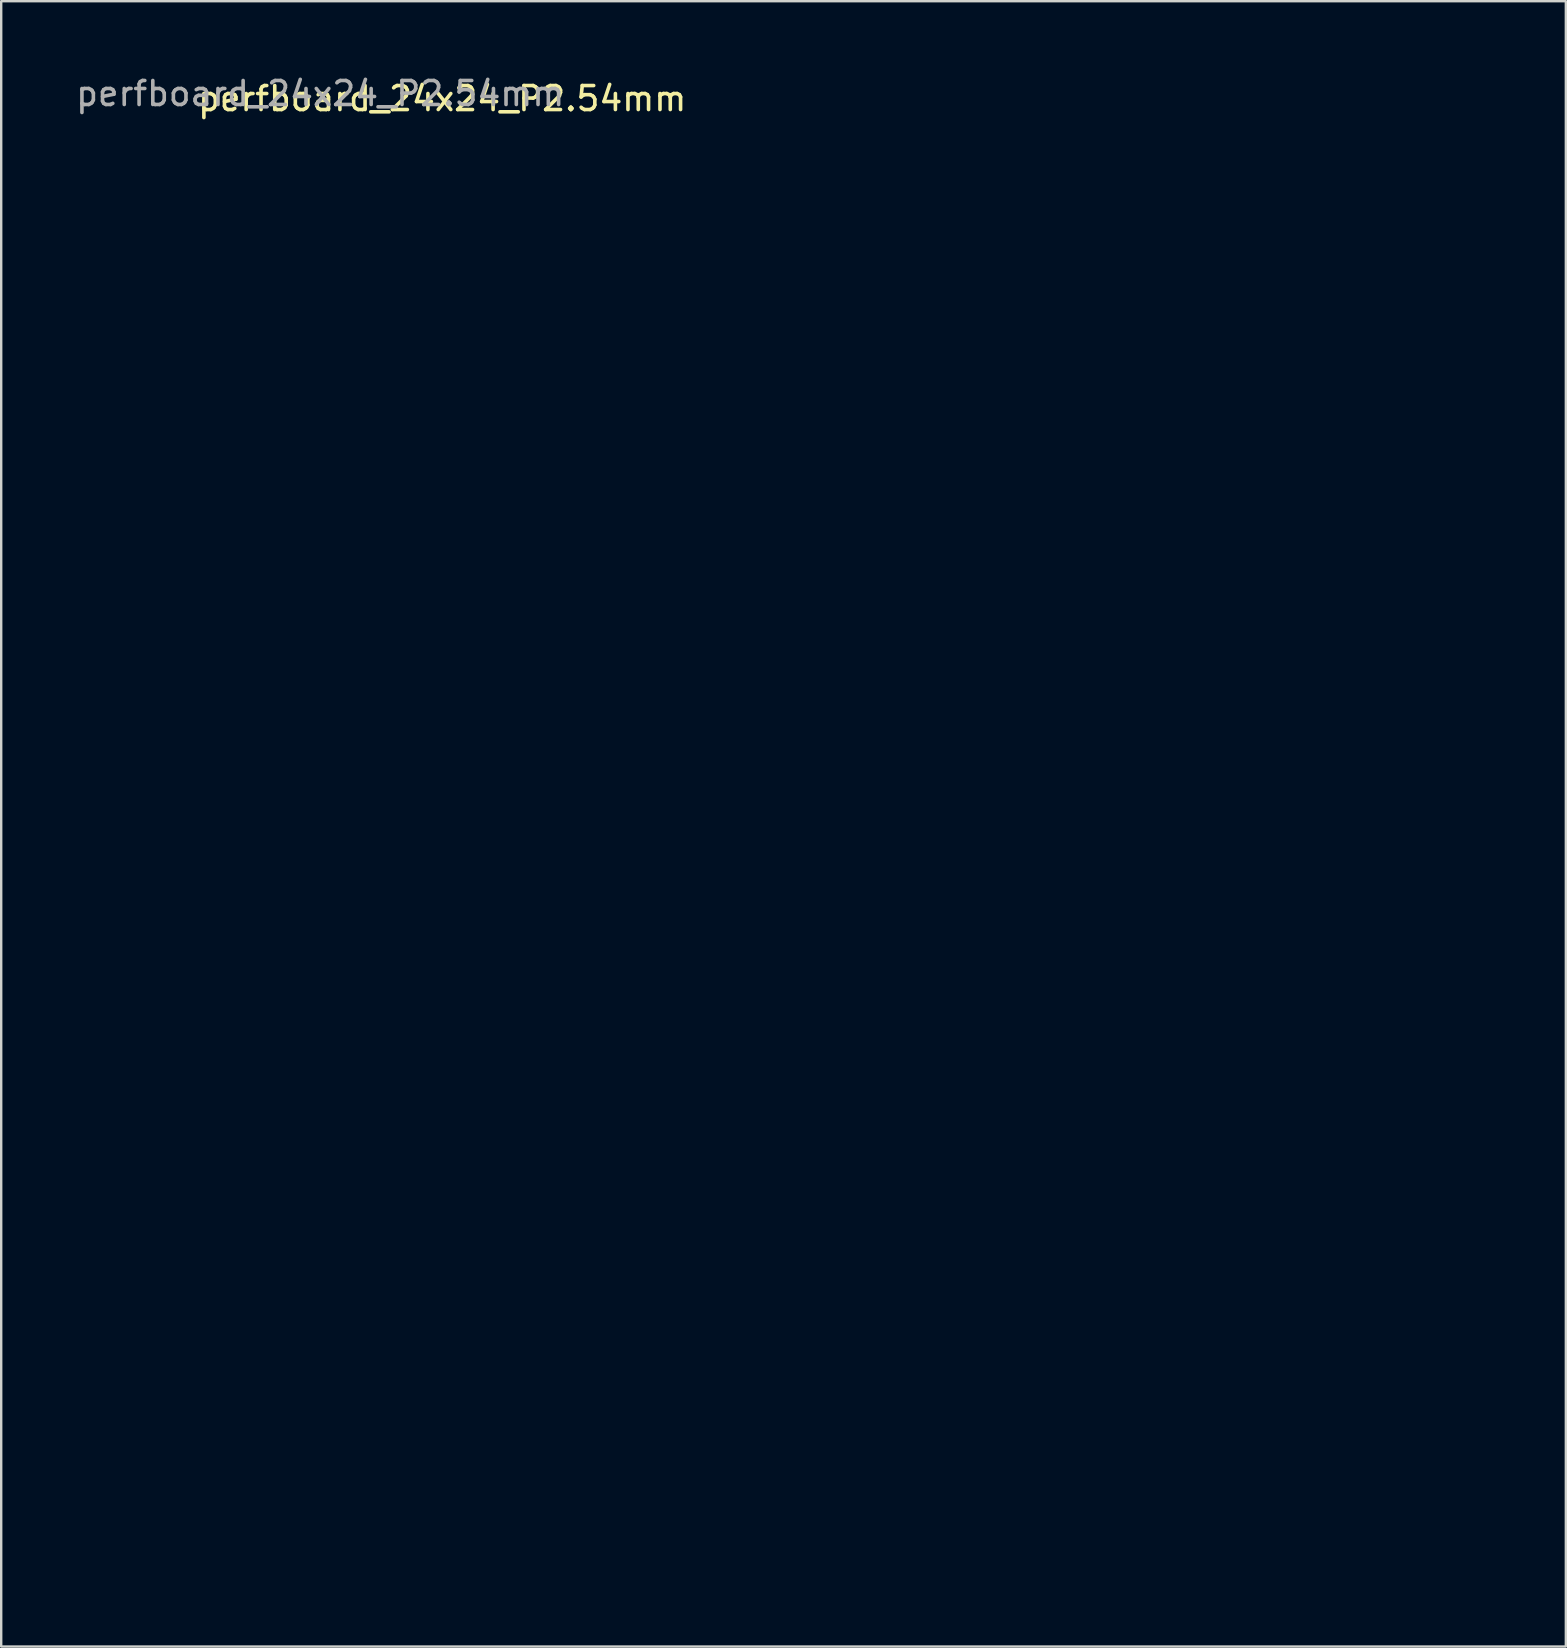
<source format=kicad_pcb>
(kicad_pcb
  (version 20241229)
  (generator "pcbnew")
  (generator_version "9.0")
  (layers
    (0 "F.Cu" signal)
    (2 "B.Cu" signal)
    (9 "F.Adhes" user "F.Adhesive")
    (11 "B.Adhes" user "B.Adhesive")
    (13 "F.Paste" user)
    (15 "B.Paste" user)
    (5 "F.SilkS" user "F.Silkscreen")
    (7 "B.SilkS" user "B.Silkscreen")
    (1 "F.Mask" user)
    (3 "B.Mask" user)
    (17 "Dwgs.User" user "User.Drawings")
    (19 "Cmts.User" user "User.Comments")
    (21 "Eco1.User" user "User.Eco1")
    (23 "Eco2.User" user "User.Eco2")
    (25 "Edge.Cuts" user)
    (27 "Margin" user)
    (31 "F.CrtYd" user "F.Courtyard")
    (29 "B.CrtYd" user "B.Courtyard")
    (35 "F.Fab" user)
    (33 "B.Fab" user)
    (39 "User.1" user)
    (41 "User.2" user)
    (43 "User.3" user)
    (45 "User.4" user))
  (footprint "perfboard_24x24_P2.54mm"
    (layer "F.Cu")
    (at 15.372 3.388)
    (property "Reference" "perfboard_24x24_P2.54mm" (at 0 -2.33 0) (layer "F.SilkS") (effects (font (size 1 1) (thickness 0.15))))
    (attr through_hole)
    (fp_circle (center -0.045 55.873) (end 0.463 55.619) (stroke (width 0.12) (type solid)) (fill no) (layer "User.9"))
    (fp_circle (center -0.045 58.406) (end 0.463 58.152) (stroke (width 0.12) (type solid)) (fill no) (layer "User.9"))
    (fp_circle (center -0.000193 27.939) (end 0.508 27.685) (stroke (width 0.12) (type solid)) (fill no) (layer "User.9"))
    (fp_circle (center -0.000193 30.48) (end 0.508 30.226) (stroke (width 0.12) (type solid)) (fill no) (layer "User.9"))
    (fp_circle (center -0.000193 33.02) (end 0.508 32.766) (stroke (width 0.12) (type solid)) (fill no) (layer "User.9"))
    (fp_circle (center -0.000193 35.56) (end 0.508 35.306) (stroke (width 0.12) (type solid)) (fill no) (layer "User.9"))
    (fp_circle (center -0.000193 38.035) (end 0.508 37.781) (stroke (width 0.12) (type solid)) (fill no) (layer "User.9"))
    (fp_circle (center -0.000193 40.575) (end 0.508 40.321) (stroke (width 0.12) (type solid)) (fill no) (layer "User.9"))
    (fp_circle (center -0.000193 43.115) (end 0.508 42.861) (stroke (width 0.12) (type solid)) (fill no) (layer "User.9"))
    (fp_circle (center -0.000193 48.196) (end 0.508 47.942) (stroke (width 0.12) (type solid)) (fill no) (layer "User.9"))
    (fp_circle (center -0.000193 50.736) (end 0.508 50.482) (stroke (width 0.12) (type solid)) (fill no) (layer "User.9"))
    (fp_circle (center 0 0) (end 0.508 -0.254) (stroke (width 0.12) (type solid)) (fill no) (layer "User.9"))
    (fp_circle (center 0 2.54) (end 0.508 2.286) (stroke (width 0.12) (type solid)) (fill no) (layer "User.9"))
    (fp_circle (center 0 5.07) (end 0.508 4.816) (stroke (width 0.12) (type solid)) (fill no) (layer "User.9"))
    (fp_circle (center 0 7.615) (end 0.508 7.361) (stroke (width 0.12) (type solid)) (fill no) (layer "User.9"))
    (fp_circle (center 0 10.159) (end 0.508 9.905) (stroke (width 0.12) (type solid)) (fill no) (layer "User.9"))
    (fp_circle (center 0 12.672) (end 0.508 12.418) (stroke (width 0.12) (type solid)) (fill no) (layer "User.9"))
    (fp_circle (center 0 15.24) (end 0.508 14.986) (stroke (width 0.12) (type solid)) (fill no) (layer "User.9"))
    (fp_circle (center 0 17.749) (end 0.508 17.495) (stroke (width 0.12) (type solid)) (fill no) (layer "User.9"))
    (fp_circle (center 0 20.293) (end 0.508 20.039) (stroke (width 0.12) (type solid)) (fill no) (layer "User.9"))
    (fp_circle (center 0 22.837) (end 0.508 22.583) (stroke (width 0.12) (type solid)) (fill no) (layer "User.9"))
    (fp_circle (center 0 25.381) (end 0.508 25.127) (stroke (width 0.12) (type solid)) (fill no) (layer "User.9"))
    (fp_circle (center 0 45.72) (end 0.508 45.466) (stroke (width 0.12) (type solid)) (fill no) (layer "User.9"))
    (fp_circle (center 0 53.34) (end 0.508 53.086) (stroke (width 0.12) (type solid)) (fill no) (layer "User.9"))
    (fp_circle (center 2.495 55.873) (end 3.003 55.619) (stroke (width 0.12) (type solid)) (fill no) (layer "User.9"))
    (fp_circle (center 2.495 58.406) (end 3.003 58.152) (stroke (width 0.12) (type solid)) (fill no) (layer "User.9"))
    (fp_circle (center 2.54 27.94) (end 3.048 27.686) (stroke (width 0.12) (type solid)) (fill no) (layer "User.9"))
    (fp_circle (center 2.54 30.48) (end 3.048 30.226) (stroke (width 0.12) (type solid)) (fill no) (layer "User.9"))
    (fp_circle (center 2.54 33.02) (end 3.048 32.766) (stroke (width 0.12) (type solid)) (fill no) (layer "User.9"))
    (fp_circle (center 2.54 35.56) (end 3.048 35.306) (stroke (width 0.12) (type solid)) (fill no) (layer "User.9"))
    (fp_circle (center 2.54 38.035) (end 3.048 37.781) (stroke (width 0.12) (type solid)) (fill no) (layer "User.9"))
    (fp_circle (center 2.54 40.576) (end 3.048 40.322) (stroke (width 0.12) (type solid)) (fill no) (layer "User.9"))
    (fp_circle (center 2.54 43.116) (end 3.048 42.862) (stroke (width 0.12) (type solid)) (fill no) (layer "User.9"))
    (fp_circle (center 2.54 48.196) (end 3.048 47.942) (stroke (width 0.12) (type solid)) (fill no) (layer "User.9"))
    (fp_circle (center 2.54 50.736) (end 3.048 50.482) (stroke (width 0.12) (type solid)) (fill no) (layer "User.9"))
    (fp_circle (center 2.54 0.000387) (end 3.048 -0.254) (stroke (width 0.12) (type solid)) (fill no) (layer "User.9"))
    (fp_circle (center 2.54 2.54) (end 3.048 2.286) (stroke (width 0.12) (type solid)) (fill no) (layer "User.9"))
    (fp_circle (center 2.54 5.071) (end 3.048 4.817) (stroke (width 0.12) (type solid)) (fill no) (layer "User.9"))
    (fp_circle (center 2.54 7.615) (end 3.048 7.361) (stroke (width 0.12) (type solid)) (fill no) (layer "User.9"))
    (fp_circle (center 2.54 10.159) (end 3.048 9.905) (stroke (width 0.12) (type solid)) (fill no) (layer "User.9"))
    (fp_circle (center 2.54 12.672) (end 3.048 12.418) (stroke (width 0.12) (type solid)) (fill no) (layer "User.9"))
    (fp_circle (center 2.54 15.24) (end 3.048 14.986) (stroke (width 0.12) (type solid)) (fill no) (layer "User.9"))
    (fp_circle (center 2.54 17.749) (end 3.048 17.495) (stroke (width 0.12) (type solid)) (fill no) (layer "User.9"))
    (fp_circle (center 2.54 20.293) (end 3.048 20.039) (stroke (width 0.12) (type solid)) (fill no) (layer "User.9"))
    (fp_circle (center 2.54 22.838) (end 3.048 22.584) (stroke (width 0.12) (type solid)) (fill no) (layer "User.9"))
    (fp_circle (center 2.54 25.382) (end 3.048 25.128) (stroke (width 0.12) (type solid)) (fill no) (layer "User.9"))
    (fp_circle (center 2.54 45.72) (end 3.048 45.466) (stroke (width 0.12) (type solid)) (fill no) (layer "User.9"))
    (fp_circle (center 2.54 53.34) (end 3.048 53.086) (stroke (width 0.12) (type solid)) (fill no) (layer "User.9"))
    (fp_circle (center 4.949 55.873) (end 5.457 55.619) (stroke (width 0.12) (type solid)) (fill no) (layer "User.9"))
    (fp_circle (center 4.949 58.406) (end 5.457 58.152) (stroke (width 0.12) (type solid)) (fill no) (layer "User.9"))
    (fp_circle (center 4.994 27.94) (end 5.502 27.686) (stroke (width 0.12) (type solid)) (fill no) (layer "User.9"))
    (fp_circle (center 4.994 30.48) (end 5.502 30.226) (stroke (width 0.12) (type solid)) (fill no) (layer "User.9"))
    (fp_circle (center 4.994 33.02) (end 5.502 32.766) (stroke (width 0.12) (type solid)) (fill no) (layer "User.9"))
    (fp_circle (center 4.994 35.56) (end 5.502 35.306) (stroke (width 0.12) (type solid)) (fill no) (layer "User.9"))
    (fp_circle (center 4.994 38.035) (end 5.502 37.781) (stroke (width 0.12) (type solid)) (fill no) (layer "User.9"))
    (fp_circle (center 4.994 40.576) (end 5.502 40.322) (stroke (width 0.12) (type solid)) (fill no) (layer "User.9"))
    (fp_circle (center 4.994 43.116) (end 5.502 42.862) (stroke (width 0.12) (type solid)) (fill no) (layer "User.9"))
    (fp_circle (center 4.994 48.196) (end 5.502 47.942) (stroke (width 0.12) (type solid)) (fill no) (layer "User.9"))
    (fp_circle (center 4.994 50.736) (end 5.502 50.482) (stroke (width 0.12) (type solid)) (fill no) (layer "User.9"))
    (fp_circle (center 4.994 0.000386) (end 5.502 -0.254) (stroke (width 0.12) (type solid)) (fill no) (layer "User.9"))
    (fp_circle (center 4.994 2.54) (end 5.502 2.286) (stroke (width 0.12) (type solid)) (fill no) (layer "User.9"))
    (fp_circle (center 4.994 5.071) (end 5.502 4.817) (stroke (width 0.12) (type solid)) (fill no) (layer "User.9"))
    (fp_circle (center 4.994 7.615) (end 5.502 7.361) (stroke (width 0.12) (type solid)) (fill no) (layer "User.9"))
    (fp_circle (center 4.994 10.159) (end 5.502 9.905) (stroke (width 0.12) (type solid)) (fill no) (layer "User.9"))
    (fp_circle (center 4.994 12.672) (end 5.502 12.418) (stroke (width 0.12) (type solid)) (fill no) (layer "User.9"))
    (fp_circle (center 4.994 15.24) (end 5.502 14.986) (stroke (width 0.12) (type solid)) (fill no) (layer "User.9"))
    (fp_circle (center 4.994 17.749) (end 5.502 17.495) (stroke (width 0.12) (type solid)) (fill no) (layer "User.9"))
    (fp_circle (center 4.994 20.293) (end 5.502 20.039) (stroke (width 0.12) (type solid)) (fill no) (layer "User.9"))
    (fp_circle (center 4.994 22.838) (end 5.502 22.584) (stroke (width 0.12) (type solid)) (fill no) (layer "User.9"))
    (fp_circle (center 4.994 25.382) (end 5.502 25.128) (stroke (width 0.12) (type solid)) (fill no) (layer "User.9"))
    (fp_circle (center 4.994 45.72) (end 5.502 45.466) (stroke (width 0.12) (type solid)) (fill no) (layer "User.9"))
    (fp_circle (center 4.994 53.34) (end 5.502 53.086) (stroke (width 0.12) (type solid)) (fill no) (layer "User.9"))
    (fp_circle (center 7.575 55.873) (end 8.083 55.619) (stroke (width 0.12) (type solid)) (fill no) (layer "User.9"))
    (fp_circle (center 7.575 58.406) (end 8.083 58.152) (stroke (width 0.12) (type solid)) (fill no) (layer "User.9"))
    (fp_circle (center 7.62 27.94) (end 8.128 27.686) (stroke (width 0.12) (type solid)) (fill no) (layer "User.9"))
    (fp_circle (center 7.62 30.48) (end 8.128 30.226) (stroke (width 0.12) (type solid)) (fill no) (layer "User.9"))
    (fp_circle (center 7.62 33.02) (end 8.128 32.766) (stroke (width 0.12) (type solid)) (fill no) (layer "User.9"))
    (fp_circle (center 7.62 35.56) (end 8.128 35.306) (stroke (width 0.12) (type solid)) (fill no) (layer "User.9"))
    (fp_circle (center 7.62 38.035) (end 8.128 37.781) (stroke (width 0.12) (type solid)) (fill no) (layer "User.9"))
    (fp_circle (center 7.62 40.576) (end 8.128 40.322) (stroke (width 0.12) (type solid)) (fill no) (layer "User.9"))
    (fp_circle (center 7.62 43.116) (end 8.128 42.862) (stroke (width 0.12) (type solid)) (fill no) (layer "User.9"))
    (fp_circle (center 7.62 48.196) (end 8.128 47.942) (stroke (width 0.12) (type solid)) (fill no) (layer "User.9"))
    (fp_circle (center 7.62 50.736) (end 8.128 50.482) (stroke (width 0.12) (type solid)) (fill no) (layer "User.9"))
    (fp_circle (center 7.62 0.000386) (end 8.128 -0.254) (stroke (width 0.12) (type solid)) (fill no) (layer "User.9"))
    (fp_circle (center 7.62 2.54) (end 8.128 2.286) (stroke (width 0.12) (type solid)) (fill no) (layer "User.9"))
    (fp_circle (center 7.62 5.071) (end 8.128 4.817) (stroke (width 0.12) (type solid)) (fill no) (layer "User.9"))
    (fp_circle (center 7.62 7.615) (end 8.128 7.361) (stroke (width 0.12) (type solid)) (fill no) (layer "User.9"))
    (fp_circle (center 7.62 10.159) (end 8.128 9.905) (stroke (width 0.12) (type solid)) (fill no) (layer "User.9"))
    (fp_circle (center 7.62 12.672) (end 8.128 12.418) (stroke (width 0.12) (type solid)) (fill no) (layer "User.9"))
    (fp_circle (center 7.62 15.24) (end 8.128 14.986) (stroke (width 0.12) (type solid)) (fill no) (layer "User.9"))
    (fp_circle (center 7.62 17.749) (end 8.128 17.495) (stroke (width 0.12) (type solid)) (fill no) (layer "User.9"))
    (fp_circle (center 7.62 20.293) (end 8.128 20.039) (stroke (width 0.12) (type solid)) (fill no) (layer "User.9"))
    (fp_circle (center 7.62 22.838) (end 8.128 22.584) (stroke (width 0.12) (type solid)) (fill no) (layer "User.9"))
    (fp_circle (center 7.62 25.382) (end 8.128 25.128) (stroke (width 0.12) (type solid)) (fill no) (layer "User.9"))
    (fp_circle (center 7.62 45.72) (end 8.128 45.466) (stroke (width 0.12) (type solid)) (fill no) (layer "User.9"))
    (fp_circle (center 7.62 53.34) (end 8.128 53.086) (stroke (width 0.12) (type solid)) (fill no) (layer "User.9"))
    (fp_circle (center 10.115 55.873) (end 10.623 55.619) (stroke (width 0.12) (type solid)) (fill no) (layer "User.9"))
    (fp_circle (center 10.115 58.406) (end 10.623 58.152) (stroke (width 0.12) (type solid)) (fill no) (layer "User.9"))
    (fp_circle (center 10.16 27.94) (end 10.668 27.686) (stroke (width 0.12) (type solid)) (fill no) (layer "User.9"))
    (fp_circle (center 10.16 30.48) (end 10.668 30.226) (stroke (width 0.12) (type solid)) (fill no) (layer "User.9"))
    (fp_circle (center 10.16 33.02) (end 10.668 32.766) (stroke (width 0.12) (type solid)) (fill no) (layer "User.9"))
    (fp_circle (center 10.16 35.56) (end 10.668 35.306) (stroke (width 0.12) (type solid)) (fill no) (layer "User.9"))
    (fp_circle (center 10.16 38.035) (end 10.668 37.781) (stroke (width 0.12) (type solid)) (fill no) (layer "User.9"))
    (fp_circle (center 10.16 40.576) (end 10.668 40.322) (stroke (width 0.12) (type solid)) (fill no) (layer "User.9"))
    (fp_circle (center 10.16 43.116) (end 10.668 42.862) (stroke (width 0.12) (type solid)) (fill no) (layer "User.9"))
    (fp_circle (center 10.16 48.196) (end 10.668 47.942) (stroke (width 0.12) (type solid)) (fill no) (layer "User.9"))
    (fp_circle (center 10.16 50.736) (end 10.668 50.482) (stroke (width 0.12) (type solid)) (fill no) (layer "User.9"))
    (fp_circle (center 10.16 0.000386) (end 10.668 -0.254) (stroke (width 0.12) (type solid)) (fill no) (layer "User.9"))
    (fp_circle (center 10.16 2.54) (end 10.668 2.286) (stroke (width 0.12) (type solid)) (fill no) (layer "User.9"))
    (fp_circle (center 10.16 5.071) (end 10.668 4.817) (stroke (width 0.12) (type solid)) (fill no) (layer "User.9"))
    (fp_circle (center 10.16 7.615) (end 10.668 7.361) (stroke (width 0.12) (type solid)) (fill no) (layer "User.9"))
    (fp_circle (center 10.16 10.159) (end 10.668 9.905) (stroke (width 0.12) (type solid)) (fill no) (layer "User.9"))
    (fp_circle (center 10.16 12.672) (end 10.668 12.418) (stroke (width 0.12) (type solid)) (fill no) (layer "User.9"))
    (fp_circle (center 10.16 15.24) (end 10.668 14.986) (stroke (width 0.12) (type solid)) (fill no) (layer "User.9"))
    (fp_circle (center 10.16 17.749) (end 10.668 17.495) (stroke (width 0.12) (type solid)) (fill no) (layer "User.9"))
    (fp_circle (center 10.16 20.293) (end 10.668 20.039) (stroke (width 0.12) (type solid)) (fill no) (layer "User.9"))
    (fp_circle (center 10.16 22.838) (end 10.668 22.584) (stroke (width 0.12) (type solid)) (fill no) (layer "User.9"))
    (fp_circle (center 10.16 25.382) (end 10.668 25.128) (stroke (width 0.12) (type solid)) (fill no) (layer "User.9"))
    (fp_circle (center 10.16 45.72) (end 10.668 45.466) (stroke (width 0.12) (type solid)) (fill no) (layer "User.9"))
    (fp_circle (center 10.16 53.34) (end 10.668 53.086) (stroke (width 0.12) (type solid)) (fill no) (layer "User.9"))
    (fp_circle (center 12.655 55.873) (end 13.163 55.619) (stroke (width 0.12) (type solid)) (fill no) (layer "User.9"))
    (fp_circle (center 12.655 58.406) (end 13.163 58.152) (stroke (width 0.12) (type solid)) (fill no) (layer "User.9"))
    (fp_circle (center 12.7 27.94) (end 13.208 27.686) (stroke (width 0.12) (type solid)) (fill no) (layer "User.9"))
    (fp_circle (center 12.7 30.48) (end 13.208 30.226) (stroke (width 0.12) (type solid)) (fill no) (layer "User.9"))
    (fp_circle (center 12.7 33.02) (end 13.208 32.766) (stroke (width 0.12) (type solid)) (fill no) (layer "User.9"))
    (fp_circle (center 12.7 35.56) (end 13.208 35.306) (stroke (width 0.12) (type solid)) (fill no) (layer "User.9"))
    (fp_circle (center 12.7 38.035) (end 13.208 37.781) (stroke (width 0.12) (type solid)) (fill no) (layer "User.9"))
    (fp_circle (center 12.7 40.576) (end 13.208 40.322) (stroke (width 0.12) (type solid)) (fill no) (layer "User.9"))
    (fp_circle (center 12.7 43.116) (end 13.208 42.862) (stroke (width 0.12) (type solid)) (fill no) (layer "User.9"))
    (fp_circle (center 12.7 48.196) (end 13.208 47.942) (stroke (width 0.12) (type solid)) (fill no) (layer "User.9"))
    (fp_circle (center 12.7 50.736) (end 13.208 50.482) (stroke (width 0.12) (type solid)) (fill no) (layer "User.9"))
    (fp_circle (center 12.7 0.000386) (end 13.208 -0.254) (stroke (width 0.12) (type solid)) (fill no) (layer "User.9"))
    (fp_circle (center 12.7 2.54) (end 13.208 2.286) (stroke (width 0.12) (type solid)) (fill no) (layer "User.9"))
    (fp_circle (center 12.7 5.071) (end 13.208 4.817) (stroke (width 0.12) (type solid)) (fill no) (layer "User.9"))
    (fp_circle (center 12.7 7.615) (end 13.208 7.361) (stroke (width 0.12) (type solid)) (fill no) (layer "User.9"))
    (fp_circle (center 12.7 10.159) (end 13.208 9.905) (stroke (width 0.12) (type solid)) (fill no) (layer "User.9"))
    (fp_circle (center 12.7 12.672) (end 13.208 12.418) (stroke (width 0.12) (type solid)) (fill no) (layer "User.9"))
    (fp_circle (center 12.7 15.24) (end 13.208 14.986) (stroke (width 0.12) (type solid)) (fill no) (layer "User.9"))
    (fp_circle (center 12.7 17.749) (end 13.208 17.495) (stroke (width 0.12) (type solid)) (fill no) (layer "User.9"))
    (fp_circle (center 12.7 20.293) (end 13.208 20.039) (stroke (width 0.12) (type solid)) (fill no) (layer "User.9"))
    (fp_circle (center 12.7 22.838) (end 13.208 22.584) (stroke (width 0.12) (type solid)) (fill no) (layer "User.9"))
    (fp_circle (center 12.7 25.382) (end 13.208 25.128) (stroke (width 0.12) (type solid)) (fill no) (layer "User.9"))
    (fp_circle (center 12.7 45.72) (end 13.208 45.466) (stroke (width 0.12) (type solid)) (fill no) (layer "User.9"))
    (fp_circle (center 12.7 53.34) (end 13.208 53.086) (stroke (width 0.12) (type solid)) (fill no) (layer "User.9"))
    (fp_circle (center 15.195 55.873) (end 15.703 55.619) (stroke (width 0.12) (type solid)) (fill no) (layer "User.9"))
    (fp_circle (center 15.195 58.406) (end 15.703 58.152) (stroke (width 0.12) (type solid)) (fill no) (layer "User.9"))
    (fp_circle (center 15.24 27.94) (end 15.748 27.686) (stroke (width 0.12) (type solid)) (fill no) (layer "User.9"))
    (fp_circle (center 15.24 30.48) (end 15.748 30.226) (stroke (width 0.12) (type solid)) (fill no) (layer "User.9"))
    (fp_circle (center 15.24 33.02) (end 15.748 32.766) (stroke (width 0.12) (type solid)) (fill no) (layer "User.9"))
    (fp_circle (center 15.24 35.56) (end 15.748 35.306) (stroke (width 0.12) (type solid)) (fill no) (layer "User.9"))
    (fp_circle (center 15.24 38.035) (end 15.748 37.781) (stroke (width 0.12) (type solid)) (fill no) (layer "User.9"))
    (fp_circle (center 15.24 40.576) (end 15.748 40.322) (stroke (width 0.12) (type solid)) (fill no) (layer "User.9"))
    (fp_circle (center 15.24 43.116) (end 15.748 42.862) (stroke (width 0.12) (type solid)) (fill no) (layer "User.9"))
    (fp_circle (center 15.24 48.196) (end 15.748 47.942) (stroke (width 0.12) (type solid)) (fill no) (layer "User.9"))
    (fp_circle (center 15.24 50.736) (end 15.748 50.482) (stroke (width 0.12) (type solid)) (fill no) (layer "User.9"))
    (fp_circle (center 15.24 0.000386) (end 15.748 -0.254) (stroke (width 0.12) (type solid)) (fill no) (layer "User.9"))
    (fp_circle (center 15.24 2.54) (end 15.748 2.286) (stroke (width 0.12) (type solid)) (fill no) (layer "User.9"))
    (fp_circle (center 15.24 5.071) (end 15.748 4.817) (stroke (width 0.12) (type solid)) (fill no) (layer "User.9"))
    (fp_circle (center 15.24 7.615) (end 15.748 7.361) (stroke (width 0.12) (type solid)) (fill no) (layer "User.9"))
    (fp_circle (center 15.24 10.159) (end 15.748 9.905) (stroke (width 0.12) (type solid)) (fill no) (layer "User.9"))
    (fp_circle (center 15.24 12.672) (end 15.748 12.418) (stroke (width 0.12) (type solid)) (fill no) (layer "User.9"))
    (fp_circle (center 15.24 15.24) (end 15.748 14.986) (stroke (width 0.12) (type solid)) (fill no) (layer "User.9"))
    (fp_circle (center 15.24 17.749) (end 15.748 17.495) (stroke (width 0.12) (type solid)) (fill no) (layer "User.9"))
    (fp_circle (center 15.24 20.293) (end 15.748 20.039) (stroke (width 0.12) (type solid)) (fill no) (layer "User.9"))
    (fp_circle (center 15.24 22.838) (end 15.748 22.584) (stroke (width 0.12) (type solid)) (fill no) (layer "User.9"))
    (fp_circle (center 15.24 25.382) (end 15.748 25.128) (stroke (width 0.12) (type solid)) (fill no) (layer "User.9"))
    (fp_circle (center 15.24 45.72) (end 15.748 45.466) (stroke (width 0.12) (type solid)) (fill no) (layer "User.9"))
    (fp_circle (center 15.24 53.34) (end 15.748 53.086) (stroke (width 0.12) (type solid)) (fill no) (layer "User.9"))
    (fp_circle (center 17.735 55.873) (end 18.243 55.619) (stroke (width 0.12) (type solid)) (fill no) (layer "User.9"))
    (fp_circle (center 17.735 58.406) (end 18.243 58.152) (stroke (width 0.12) (type solid)) (fill no) (layer "User.9"))
    (fp_circle (center 17.78 27.94) (end 18.288 27.686) (stroke (width 0.12) (type solid)) (fill no) (layer "User.9"))
    (fp_circle (center 17.78 30.48) (end 18.288 30.226) (stroke (width 0.12) (type solid)) (fill no) (layer "User.9"))
    (fp_circle (center 17.78 33.02) (end 18.288 32.766) (stroke (width 0.12) (type solid)) (fill no) (layer "User.9"))
    (fp_circle (center 17.78 35.56) (end 18.288 35.306) (stroke (width 0.12) (type solid)) (fill no) (layer "User.9"))
    (fp_circle (center 17.78 38.035) (end 18.288 37.781) (stroke (width 0.12) (type solid)) (fill no) (layer "User.9"))
    (fp_circle (center 17.78 40.576) (end 18.288 40.322) (stroke (width 0.12) (type solid)) (fill no) (layer "User.9"))
    (fp_circle (center 17.78 43.116) (end 18.288 42.862) (stroke (width 0.12) (type solid)) (fill no) (layer "User.9"))
    (fp_circle (center 17.78 48.196) (end 18.288 47.942) (stroke (width 0.12) (type solid)) (fill no) (layer "User.9"))
    (fp_circle (center 17.78 50.736) (end 18.288 50.482) (stroke (width 0.12) (type solid)) (fill no) (layer "User.9"))
    (fp_circle (center 17.78 0.000386) (end 18.288 -0.254) (stroke (width 0.12) (type solid)) (fill no) (layer "User.9"))
    (fp_circle (center 17.78 2.54) (end 18.288 2.286) (stroke (width 0.12) (type solid)) (fill no) (layer "User.9"))
    (fp_circle (center 17.78 5.071) (end 18.288 4.817) (stroke (width 0.12) (type solid)) (fill no) (layer "User.9"))
    (fp_circle (center 17.78 7.615) (end 18.288 7.361) (stroke (width 0.12) (type solid)) (fill no) (layer "User.9"))
    (fp_circle (center 17.78 10.159) (end 18.288 9.905) (stroke (width 0.12) (type solid)) (fill no) (layer "User.9"))
    (fp_circle (center 17.78 12.672) (end 18.288 12.418) (stroke (width 0.12) (type solid)) (fill no) (layer "User.9"))
    (fp_circle (center 17.78 15.24) (end 18.288 14.986) (stroke (width 0.12) (type solid)) (fill no) (layer "User.9"))
    (fp_circle (center 17.78 17.749) (end 18.288 17.495) (stroke (width 0.12) (type solid)) (fill no) (layer "User.9"))
    (fp_circle (center 17.78 20.293) (end 18.288 20.039) (stroke (width 0.12) (type solid)) (fill no) (layer "User.9"))
    (fp_circle (center 17.78 22.838) (end 18.288 22.584) (stroke (width 0.12) (type solid)) (fill no) (layer "User.9"))
    (fp_circle (center 17.78 25.382) (end 18.288 25.128) (stroke (width 0.12) (type solid)) (fill no) (layer "User.9"))
    (fp_circle (center 17.78 45.72) (end 18.288 45.466) (stroke (width 0.12) (type solid)) (fill no) (layer "User.9"))
    (fp_circle (center 17.78 53.34) (end 18.288 53.086) (stroke (width 0.12) (type solid)) (fill no) (layer "User.9"))
    (fp_circle (center 20.275 55.873) (end 20.783 55.619) (stroke (width 0.12) (type solid)) (fill no) (layer "User.9"))
    (fp_circle (center 20.275 58.406) (end 20.783 58.152) (stroke (width 0.12) (type solid)) (fill no) (layer "User.9"))
    (fp_circle (center 20.32 27.94) (end 20.828 27.686) (stroke (width 0.12) (type solid)) (fill no) (layer "User.9"))
    (fp_circle (center 20.32 30.48) (end 20.828 30.226) (stroke (width 0.12) (type solid)) (fill no) (layer "User.9"))
    (fp_circle (center 20.32 33.02) (end 20.828 32.766) (stroke (width 0.12) (type solid)) (fill no) (layer "User.9"))
    (fp_circle (center 20.32 35.56) (end 20.828 35.306) (stroke (width 0.12) (type solid)) (fill no) (layer "User.9"))
    (fp_circle (center 20.32 38.035) (end 20.828 37.781) (stroke (width 0.12) (type solid)) (fill no) (layer "User.9"))
    (fp_circle (center 20.32 40.576) (end 20.828 40.322) (stroke (width 0.12) (type solid)) (fill no) (layer "User.9"))
    (fp_circle (center 20.32 43.116) (end 20.828 42.862) (stroke (width 0.12) (type solid)) (fill no) (layer "User.9"))
    (fp_circle (center 20.32 48.196) (end 20.828 47.942) (stroke (width 0.12) (type solid)) (fill no) (layer "User.9"))
    (fp_circle (center 20.32 50.736) (end 20.828 50.482) (stroke (width 0.12) (type solid)) (fill no) (layer "User.9"))
    (fp_circle (center 20.32 0.000386) (end 20.828 -0.254) (stroke (width 0.12) (type solid)) (fill no) (layer "User.9"))
    (fp_circle (center 20.32 2.54) (end 20.828 2.286) (stroke (width 0.12) (type solid)) (fill no) (layer "User.9"))
    (fp_circle (center 20.32 5.071) (end 20.828 4.817) (stroke (width 0.12) (type solid)) (fill no) (layer "User.9"))
    (fp_circle (center 20.32 7.615) (end 20.828 7.361) (stroke (width 0.12) (type solid)) (fill no) (layer "User.9"))
    (fp_circle (center 20.32 10.159) (end 20.828 9.905) (stroke (width 0.12) (type solid)) (fill no) (layer "User.9"))
    (fp_circle (center 20.32 12.672) (end 20.828 12.418) (stroke (width 0.12) (type solid)) (fill no) (layer "User.9"))
    (fp_circle (center 20.32 15.24) (end 20.828 14.986) (stroke (width 0.12) (type solid)) (fill no) (layer "User.9"))
    (fp_circle (center 20.32 17.749) (end 20.828 17.495) (stroke (width 0.12) (type solid)) (fill no) (layer "User.9"))
    (fp_circle (center 20.32 20.293) (end 20.828 20.039) (stroke (width 0.12) (type solid)) (fill no) (layer "User.9"))
    (fp_circle (center 20.32 22.838) (end 20.828 22.584) (stroke (width 0.12) (type solid)) (fill no) (layer "User.9"))
    (fp_circle (center 20.32 25.382) (end 20.828 25.128) (stroke (width 0.12) (type solid)) (fill no) (layer "User.9"))
    (fp_circle (center 20.32 45.72) (end 20.828 45.466) (stroke (width 0.12) (type solid)) (fill no) (layer "User.9"))
    (fp_circle (center 20.32 53.34) (end 20.828 53.086) (stroke (width 0.12) (type solid)) (fill no) (layer "User.9"))
    (fp_circle (center 22.815 55.873) (end 23.323 55.619) (stroke (width 0.12) (type solid)) (fill no) (layer "User.9"))
    (fp_circle (center 22.815 58.406) (end 23.323 58.152) (stroke (width 0.12) (type solid)) (fill no) (layer "User.9"))
    (fp_circle (center 22.86 27.94) (end 23.368 27.686) (stroke (width 0.12) (type solid)) (fill no) (layer "User.9"))
    (fp_circle (center 22.86 30.48) (end 23.368 30.226) (stroke (width 0.12) (type solid)) (fill no) (layer "User.9"))
    (fp_circle (center 22.86 33.02) (end 23.368 32.766) (stroke (width 0.12) (type solid)) (fill no) (layer "User.9"))
    (fp_circle (center 22.86 35.56) (end 23.368 35.306) (stroke (width 0.12) (type solid)) (fill no) (layer "User.9"))
    (fp_circle (center 22.86 38.035) (end 23.368 37.781) (stroke (width 0.12) (type solid)) (fill no) (layer "User.9"))
    (fp_circle (center 22.86 40.576) (end 23.368 40.322) (stroke (width 0.12) (type solid)) (fill no) (layer "User.9"))
    (fp_circle (center 22.86 43.116) (end 23.368 42.862) (stroke (width 0.12) (type solid)) (fill no) (layer "User.9"))
    (fp_circle (center 22.86 48.196) (end 23.368 47.942) (stroke (width 0.12) (type solid)) (fill no) (layer "User.9"))
    (fp_circle (center 22.86 50.736) (end 23.368 50.482) (stroke (width 0.12) (type solid)) (fill no) (layer "User.9"))
    (fp_circle (center 22.86 0.000386) (end 23.368 -0.254) (stroke (width 0.12) (type solid)) (fill no) (layer "User.9"))
    (fp_circle (center 22.86 2.54) (end 23.368 2.286) (stroke (width 0.12) (type solid)) (fill no) (layer "User.9"))
    (fp_circle (center 22.86 5.071) (end 23.368 4.817) (stroke (width 0.12) (type solid)) (fill no) (layer "User.9"))
    (fp_circle (center 22.86 7.615) (end 23.368 7.361) (stroke (width 0.12) (type solid)) (fill no) (layer "User.9"))
    (fp_circle (center 22.86 10.159) (end 23.368 9.905) (stroke (width 0.12) (type solid)) (fill no) (layer "User.9"))
    (fp_circle (center 22.86 12.672) (end 23.368 12.418) (stroke (width 0.12) (type solid)) (fill no) (layer "User.9"))
    (fp_circle (center 22.86 15.24) (end 23.368 14.986) (stroke (width 0.12) (type solid)) (fill no) (layer "User.9"))
    (fp_circle (center 22.86 17.749) (end 23.368 17.495) (stroke (width 0.12) (type solid)) (fill no) (layer "User.9"))
    (fp_circle (center 22.86 20.293) (end 23.368 20.039) (stroke (width 0.12) (type solid)) (fill no) (layer "User.9"))
    (fp_circle (center 22.86 22.838) (end 23.368 22.584) (stroke (width 0.12) (type solid)) (fill no) (layer "User.9"))
    (fp_circle (center 22.86 25.382) (end 23.368 25.128) (stroke (width 0.12) (type solid)) (fill no) (layer "User.9"))
    (fp_circle (center 22.86 45.72) (end 23.368 45.466) (stroke (width 0.12) (type solid)) (fill no) (layer "User.9"))
    (fp_circle (center 22.86 53.34) (end 23.368 53.086) (stroke (width 0.12) (type solid)) (fill no) (layer "User.9"))
    (fp_circle (center 25.355 55.873) (end 25.863 55.619) (stroke (width 0.12) (type solid)) (fill no) (layer "User.9"))
    (fp_circle (center 25.355 58.406) (end 25.863 58.152) (stroke (width 0.12) (type solid)) (fill no) (layer "User.9"))
    (fp_circle (center 25.4 27.94) (end 25.908 27.686) (stroke (width 0.12) (type solid)) (fill no) (layer "User.9"))
    (fp_circle (center 25.4 30.48) (end 25.908 30.226) (stroke (width 0.12) (type solid)) (fill no) (layer "User.9"))
    (fp_circle (center 25.4 33.02) (end 25.908 32.766) (stroke (width 0.12) (type solid)) (fill no) (layer "User.9"))
    (fp_circle (center 25.4 35.56) (end 25.908 35.306) (stroke (width 0.12) (type solid)) (fill no) (layer "User.9"))
    (fp_circle (center 25.4 38.035) (end 25.908 37.781) (stroke (width 0.12) (type solid)) (fill no) (layer "User.9"))
    (fp_circle (center 25.4 40.576) (end 25.908 40.322) (stroke (width 0.12) (type solid)) (fill no) (layer "User.9"))
    (fp_circle (center 25.4 43.116) (end 25.908 42.862) (stroke (width 0.12) (type solid)) (fill no) (layer "User.9"))
    (fp_circle (center 25.4 48.196) (end 25.908 47.942) (stroke (width 0.12) (type solid)) (fill no) (layer "User.9"))
    (fp_circle (center 25.4 50.736) (end 25.908 50.482) (stroke (width 0.12) (type solid)) (fill no) (layer "User.9"))
    (fp_circle (center 25.4 0.000386) (end 25.908 -0.254) (stroke (width 0.12) (type solid)) (fill no) (layer "User.9"))
    (fp_circle (center 25.4 2.54) (end 25.908 2.286) (stroke (width 0.12) (type solid)) (fill no) (layer "User.9"))
    (fp_circle (center 25.4 5.071) (end 25.908 4.817) (stroke (width 0.12) (type solid)) (fill no) (layer "User.9"))
    (fp_circle (center 25.4 7.615) (end 25.908 7.361) (stroke (width 0.12) (type solid)) (fill no) (layer "User.9"))
    (fp_circle (center 25.4 10.159) (end 25.908 9.905) (stroke (width 0.12) (type solid)) (fill no) (layer "User.9"))
    (fp_circle (center 25.4 12.672) (end 25.908 12.418) (stroke (width 0.12) (type solid)) (fill no) (layer "User.9"))
    (fp_circle (center 25.4 15.24) (end 25.908 14.986) (stroke (width 0.12) (type solid)) (fill no) (layer "User.9"))
    (fp_circle (center 25.4 17.749) (end 25.908 17.495) (stroke (width 0.12) (type solid)) (fill no) (layer "User.9"))
    (fp_circle (center 25.4 20.293) (end 25.908 20.039) (stroke (width 0.12) (type solid)) (fill no) (layer "User.9"))
    (fp_circle (center 25.4 22.838) (end 25.908 22.584) (stroke (width 0.12) (type solid)) (fill no) (layer "User.9"))
    (fp_circle (center 25.4 25.382) (end 25.908 25.128) (stroke (width 0.12) (type solid)) (fill no) (layer "User.9"))
    (fp_circle (center 25.4 45.72) (end 25.908 45.466) (stroke (width 0.12) (type solid)) (fill no) (layer "User.9"))
    (fp_circle (center 25.4 53.34) (end 25.908 53.086) (stroke (width 0.12) (type solid)) (fill no) (layer "User.9"))
    (fp_circle (center 27.895 55.873) (end 28.403 55.619) (stroke (width 0.12) (type solid)) (fill no) (layer "User.9"))
    (fp_circle (center 27.895 58.406) (end 28.403 58.152) (stroke (width 0.12) (type solid)) (fill no) (layer "User.9"))
    (fp_circle (center 27.94 27.94) (end 28.448 27.686) (stroke (width 0.12) (type solid)) (fill no) (layer "User.9"))
    (fp_circle (center 27.94 30.48) (end 28.448 30.226) (stroke (width 0.12) (type solid)) (fill no) (layer "User.9"))
    (fp_circle (center 27.94 33.02) (end 28.448 32.766) (stroke (width 0.12) (type solid)) (fill no) (layer "User.9"))
    (fp_circle (center 27.94 35.56) (end 28.448 35.306) (stroke (width 0.12) (type solid)) (fill no) (layer "User.9"))
    (fp_circle (center 27.94 38.035) (end 28.448 37.781) (stroke (width 0.12) (type solid)) (fill no) (layer "User.9"))
    (fp_circle (center 27.94 40.576) (end 28.448 40.322) (stroke (width 0.12) (type solid)) (fill no) (layer "User.9"))
    (fp_circle (center 27.94 43.116) (end 28.448 42.862) (stroke (width 0.12) (type solid)) (fill no) (layer "User.9"))
    (fp_circle (center 27.94 48.196) (end 28.448 47.942) (stroke (width 0.12) (type solid)) (fill no) (layer "User.9"))
    (fp_circle (center 27.94 50.736) (end 28.448 50.482) (stroke (width 0.12) (type solid)) (fill no) (layer "User.9"))
    (fp_circle (center 27.94 0.000386) (end 28.448 -0.254) (stroke (width 0.12) (type solid)) (fill no) (layer "User.9"))
    (fp_circle (center 27.94 2.54) (end 28.448 2.286) (stroke (width 0.12) (type solid)) (fill no) (layer "User.9"))
    (fp_circle (center 27.94 5.071) (end 28.448 4.817) (stroke (width 0.12) (type solid)) (fill no) (layer "User.9"))
    (fp_circle (center 27.94 7.615) (end 28.448 7.361) (stroke (width 0.12) (type solid)) (fill no) (layer "User.9"))
    (fp_circle (center 27.94 10.159) (end 28.448 9.905) (stroke (width 0.12) (type solid)) (fill no) (layer "User.9"))
    (fp_circle (center 27.94 12.672) (end 28.448 12.418) (stroke (width 0.12) (type solid)) (fill no) (layer "User.9"))
    (fp_circle (center 27.94 15.24) (end 28.448 14.986) (stroke (width 0.12) (type solid)) (fill no) (layer "User.9"))
    (fp_circle (center 27.94 17.749) (end 28.448 17.495) (stroke (width 0.12) (type solid)) (fill no) (layer "User.9"))
    (fp_circle (center 27.94 20.293) (end 28.448 20.039) (stroke (width 0.12) (type solid)) (fill no) (layer "User.9"))
    (fp_circle (center 27.94 22.838) (end 28.448 22.584) (stroke (width 0.12) (type solid)) (fill no) (layer "User.9"))
    (fp_circle (center 27.94 25.382) (end 28.448 25.128) (stroke (width 0.12) (type solid)) (fill no) (layer "User.9"))
    (fp_circle (center 27.94 45.72) (end 28.448 45.466) (stroke (width 0.12) (type solid)) (fill no) (layer "User.9"))
    (fp_circle (center 27.94 53.34) (end 28.448 53.086) (stroke (width 0.12) (type solid)) (fill no) (layer "User.9"))
    (fp_circle (center 30.366 55.904) (end 30.874 55.65) (stroke (width 0.12) (type solid)) (fill no) (layer "User.9"))
    (fp_circle (center 30.366 58.437) (end 30.874 58.183) (stroke (width 0.12) (type solid)) (fill no) (layer "User.9"))
    (fp_circle (center 30.411 27.971) (end 30.919 27.717) (stroke (width 0.12) (type solid)) (fill no) (layer "User.9"))
    (fp_circle (center 30.411 30.511) (end 30.919 30.257) (stroke (width 0.12) (type solid)) (fill no) (layer "User.9"))
    (fp_circle (center 30.411 33.051) (end 30.919 32.797) (stroke (width 0.12) (type solid)) (fill no) (layer "User.9"))
    (fp_circle (center 30.411 35.591) (end 30.919 35.337) (stroke (width 0.12) (type solid)) (fill no) (layer "User.9"))
    (fp_circle (center 30.411 38.066) (end 30.919 37.812) (stroke (width 0.12) (type solid)) (fill no) (layer "User.9"))
    (fp_circle (center 30.411 40.607) (end 30.919 40.353) (stroke (width 0.12) (type solid)) (fill no) (layer "User.9"))
    (fp_circle (center 30.411 43.147) (end 30.919 42.893) (stroke (width 0.12) (type solid)) (fill no) (layer "User.9"))
    (fp_circle (center 30.411 48.227) (end 30.919 47.973) (stroke (width 0.12) (type solid)) (fill no) (layer "User.9"))
    (fp_circle (center 30.411 50.767) (end 30.919 50.513) (stroke (width 0.12) (type solid)) (fill no) (layer "User.9"))
    (fp_circle (center 30.412 0.031) (end 30.92 -0.223) (stroke (width 0.12) (type solid)) (fill no) (layer "User.9"))
    (fp_circle (center 30.412 2.571) (end 30.92 2.317) (stroke (width 0.12) (type solid)) (fill no) (layer "User.9"))
    (fp_circle (center 30.412 5.102) (end 30.92 4.848) (stroke (width 0.12) (type solid)) (fill no) (layer "User.9"))
    (fp_circle (center 30.412 7.646) (end 30.92 7.392) (stroke (width 0.12) (type solid)) (fill no) (layer "User.9"))
    (fp_circle (center 30.412 10.19) (end 30.92 9.936) (stroke (width 0.12) (type solid)) (fill no) (layer "User.9"))
    (fp_circle (center 30.412 12.703) (end 30.92 12.449) (stroke (width 0.12) (type solid)) (fill no) (layer "User.9"))
    (fp_circle (center 30.412 15.271) (end 30.92 15.017) (stroke (width 0.12) (type solid)) (fill no) (layer "User.9"))
    (fp_circle (center 30.412 17.78) (end 30.92 17.526) (stroke (width 0.12) (type solid)) (fill no) (layer "User.9"))
    (fp_circle (center 30.412 20.324) (end 30.92 20.07) (stroke (width 0.12) (type solid)) (fill no) (layer "User.9"))
    (fp_circle (center 30.412 22.869) (end 30.92 22.615) (stroke (width 0.12) (type solid)) (fill no) (layer "User.9"))
    (fp_circle (center 30.412 25.413) (end 30.92 25.159) (stroke (width 0.12) (type solid)) (fill no) (layer "User.9"))
    (fp_circle (center 30.412 45.751) (end 30.92 45.497) (stroke (width 0.12) (type solid)) (fill no) (layer "User.9"))
    (fp_circle (center 30.412 53.371) (end 30.92 53.117) (stroke (width 0.12) (type solid)) (fill no) (layer "User.9"))
    (fp_circle (center 32.899 55.904) (end 33.407 55.65) (stroke (width 0.12) (type solid)) (fill no) (layer "User.9"))
    (fp_circle (center 32.899 58.437) (end 33.407 58.183) (stroke (width 0.12) (type solid)) (fill no) (layer "User.9"))
    (fp_circle (center 32.944 27.971) (end 33.452 27.717) (stroke (width 0.12) (type solid)) (fill no) (layer "User.9"))
    (fp_circle (center 32.944 30.511) (end 33.452 30.257) (stroke (width 0.12) (type solid)) (fill no) (layer "User.9"))
    (fp_circle (center 32.944 33.051) (end 33.452 32.797) (stroke (width 0.12) (type solid)) (fill no) (layer "User.9"))
    (fp_circle (center 32.944 35.591) (end 33.452 35.337) (stroke (width 0.12) (type solid)) (fill no) (layer "User.9"))
    (fp_circle (center 32.944 38.066) (end 33.452 37.812) (stroke (width 0.12) (type solid)) (fill no) (layer "User.9"))
    (fp_circle (center 32.944 40.607) (end 33.452 40.353) (stroke (width 0.12) (type solid)) (fill no) (layer "User.9"))
    (fp_circle (center 32.944 43.147) (end 33.452 42.893) (stroke (width 0.12) (type solid)) (fill no) (layer "User.9"))
    (fp_circle (center 32.944 48.227) (end 33.452 47.973) (stroke (width 0.12) (type solid)) (fill no) (layer "User.9"))
    (fp_circle (center 32.944 50.767) (end 33.452 50.513) (stroke (width 0.12) (type solid)) (fill no) (layer "User.9"))
    (fp_circle (center 32.944 0.031) (end 33.452 -0.223) (stroke (width 0.12) (type solid)) (fill no) (layer "User.9"))
    (fp_circle (center 32.944 2.571) (end 33.452 2.317) (stroke (width 0.12) (type solid)) (fill no) (layer "User.9"))
    (fp_circle (center 32.944 5.102) (end 33.452 4.848) (stroke (width 0.12) (type solid)) (fill no) (layer "User.9"))
    (fp_circle (center 32.944 7.646) (end 33.452 7.392) (stroke (width 0.12) (type solid)) (fill no) (layer "User.9"))
    (fp_circle (center 32.944 10.19) (end 33.452 9.936) (stroke (width 0.12) (type solid)) (fill no) (layer "User.9"))
    (fp_circle (center 32.944 12.703) (end 33.452 12.449) (stroke (width 0.12) (type solid)) (fill no) (layer "User.9"))
    (fp_circle (center 32.944 15.271) (end 33.452 15.017) (stroke (width 0.12) (type solid)) (fill no) (layer "User.9"))
    (fp_circle (center 32.944 17.78) (end 33.452 17.526) (stroke (width 0.12) (type solid)) (fill no) (layer "User.9"))
    (fp_circle (center 32.944 20.324) (end 33.452 20.07) (stroke (width 0.12) (type solid)) (fill no) (layer "User.9"))
    (fp_circle (center 32.944 22.869) (end 33.452 22.615) (stroke (width 0.12) (type solid)) (fill no) (layer "User.9"))
    (fp_circle (center 32.944 25.413) (end 33.452 25.159) (stroke (width 0.12) (type solid)) (fill no) (layer "User.9"))
    (fp_circle (center 32.944 45.751) (end 33.452 45.497) (stroke (width 0.12) (type solid)) (fill no) (layer "User.9"))
    (fp_circle (center 32.944 53.371) (end 33.452 53.117) (stroke (width 0.12) (type solid)) (fill no) (layer "User.9"))
    (fp_circle (center 35.431 55.904) (end 35.939 55.65) (stroke (width 0.12) (type solid)) (fill no) (layer "User.9"))
    (fp_circle (center 35.431 58.437) (end 35.939 58.183) (stroke (width 0.12) (type solid)) (fill no) (layer "User.9"))
    (fp_circle (center 35.476 27.971) (end 35.984 27.717) (stroke (width 0.12) (type solid)) (fill no) (layer "User.9"))
    (fp_circle (center 35.476 30.511) (end 35.984 30.257) (stroke (width 0.12) (type solid)) (fill no) (layer "User.9"))
    (fp_circle (center 35.476 33.051) (end 35.984 32.797) (stroke (width 0.12) (type solid)) (fill no) (layer "User.9"))
    (fp_circle (center 35.476 35.591) (end 35.984 35.337) (stroke (width 0.12) (type solid)) (fill no) (layer "User.9"))
    (fp_circle (center 35.476 38.066) (end 35.984 37.812) (stroke (width 0.12) (type solid)) (fill no) (layer "User.9"))
    (fp_circle (center 35.476 40.607) (end 35.984 40.353) (stroke (width 0.12) (type solid)) (fill no) (layer "User.9"))
    (fp_circle (center 35.476 43.147) (end 35.984 42.893) (stroke (width 0.12) (type solid)) (fill no) (layer "User.9"))
    (fp_circle (center 35.476 48.227) (end 35.984 47.973) (stroke (width 0.12) (type solid)) (fill no) (layer "User.9"))
    (fp_circle (center 35.476 50.767) (end 35.984 50.513) (stroke (width 0.12) (type solid)) (fill no) (layer "User.9"))
    (fp_circle (center 35.476 0.031) (end 35.984 -0.223) (stroke (width 0.12) (type solid)) (fill no) (layer "User.9"))
    (fp_circle (center 35.476 2.571) (end 35.984 2.317) (stroke (width 0.12) (type solid)) (fill no) (layer "User.9"))
    (fp_circle (center 35.476 5.102) (end 35.984 4.848) (stroke (width 0.12) (type solid)) (fill no) (layer "User.9"))
    (fp_circle (center 35.476 7.646) (end 35.984 7.392) (stroke (width 0.12) (type solid)) (fill no) (layer "User.9"))
    (fp_circle (center 35.476 10.19) (end 35.984 9.936) (stroke (width 0.12) (type solid)) (fill no) (layer "User.9"))
    (fp_circle (center 35.476 12.703) (end 35.984 12.449) (stroke (width 0.12) (type solid)) (fill no) (layer "User.9"))
    (fp_circle (center 35.476 15.271) (end 35.984 15.017) (stroke (width 0.12) (type solid)) (fill no) (layer "User.9"))
    (fp_circle (center 35.476 17.78) (end 35.984 17.526) (stroke (width 0.12) (type solid)) (fill no) (layer "User.9"))
    (fp_circle (center 35.476 20.324) (end 35.984 20.07) (stroke (width 0.12) (type solid)) (fill no) (layer "User.9"))
    (fp_circle (center 35.476 22.869) (end 35.984 22.615) (stroke (width 0.12) (type solid)) (fill no) (layer "User.9"))
    (fp_circle (center 35.476 25.413) (end 35.984 25.159) (stroke (width 0.12) (type solid)) (fill no) (layer "User.9"))
    (fp_circle (center 35.476 45.751) (end 35.984 45.497) (stroke (width 0.12) (type solid)) (fill no) (layer "User.9"))
    (fp_circle (center 35.476 53.371) (end 35.984 53.117) (stroke (width 0.12) (type solid)) (fill no) (layer "User.9"))
    (fp_circle (center 37.991 55.991) (end 38.499 55.737) (stroke (width 0.12) (type solid)) (fill no) (layer "User.9"))
    (fp_circle (center 37.991 58.523) (end 38.499 58.269) (stroke (width 0.12) (type solid)) (fill no) (layer "User.9"))
    (fp_circle (center 38.036 28.057) (end 38.544 27.803) (stroke (width 0.12) (type solid)) (fill no) (layer "User.9"))
    (fp_circle (center 38.036 30.597) (end 38.544 30.343) (stroke (width 0.12) (type solid)) (fill no) (layer "User.9"))
    (fp_circle (center 38.036 33.137) (end 38.544 32.883) (stroke (width 0.12) (type solid)) (fill no) (layer "User.9"))
    (fp_circle (center 38.036 35.678) (end 38.544 35.424) (stroke (width 0.12) (type solid)) (fill no) (layer "User.9"))
    (fp_circle (center 38.036 38.153) (end 38.544 37.899) (stroke (width 0.12) (type solid)) (fill no) (layer "User.9"))
    (fp_circle (center 38.036 40.693) (end 38.544 40.439) (stroke (width 0.12) (type solid)) (fill no) (layer "User.9"))
    (fp_circle (center 38.036 43.233) (end 38.544 42.979) (stroke (width 0.12) (type solid)) (fill no) (layer "User.9"))
    (fp_circle (center 38.036 48.313) (end 38.544 48.059) (stroke (width 0.12) (type solid)) (fill no) (layer "User.9"))
    (fp_circle (center 38.036 50.854) (end 38.544 50.6) (stroke (width 0.12) (type solid)) (fill no) (layer "User.9"))
    (fp_circle (center 38.036 0.118) (end 38.544 -0.136) (stroke (width 0.12) (type solid)) (fill no) (layer "User.9"))
    (fp_circle (center 38.036 2.658) (end 38.544 2.404) (stroke (width 0.12) (type solid)) (fill no) (layer "User.9"))
    (fp_circle (center 38.036 5.188) (end 38.544 4.934) (stroke (width 0.12) (type solid)) (fill no) (layer "User.9"))
    (fp_circle (center 38.036 7.732) (end 38.544 7.478) (stroke (width 0.12) (type solid)) (fill no) (layer "User.9"))
    (fp_circle (center 38.036 10.276) (end 38.544 10.022) (stroke (width 0.12) (type solid)) (fill no) (layer "User.9"))
    (fp_circle (center 38.036 12.789) (end 38.544 12.535) (stroke (width 0.12) (type solid)) (fill no) (layer "User.9"))
    (fp_circle (center 38.036 15.358) (end 38.544 15.104) (stroke (width 0.12) (type solid)) (fill no) (layer "User.9"))
    (fp_circle (center 38.036 17.866) (end 38.544 17.612) (stroke (width 0.12) (type solid)) (fill no) (layer "User.9"))
    (fp_circle (center 38.036 20.41) (end 38.544 20.156) (stroke (width 0.12) (type solid)) (fill no) (layer "User.9"))
    (fp_circle (center 38.036 22.955) (end 38.544 22.701) (stroke (width 0.12) (type solid)) (fill no) (layer "User.9"))
    (fp_circle (center 38.036 25.499) (end 38.544 25.245) (stroke (width 0.12) (type solid)) (fill no) (layer "User.9"))
    (fp_circle (center 38.036 45.838) (end 38.544 45.584) (stroke (width 0.12) (type solid)) (fill no) (layer "User.9"))
    (fp_circle (center 38.036 53.458) (end 38.544 53.204) (stroke (width 0.12) (type solid)) (fill no) (layer "User.9"))
    (fp_circle (center 40.58 55.991) (end 41.088 55.737) (stroke (width 0.12) (type solid)) (fill no) (layer "User.9"))
    (fp_circle (center 40.58 58.523) (end 41.088 58.269) (stroke (width 0.12) (type solid)) (fill no) (layer "User.9"))
    (fp_circle (center 40.625 28.057) (end 41.133 27.803) (stroke (width 0.12) (type solid)) (fill no) (layer "User.9"))
    (fp_circle (center 40.625 30.597) (end 41.133 30.343) (stroke (width 0.12) (type solid)) (fill no) (layer "User.9"))
    (fp_circle (center 40.625 33.137) (end 41.133 32.883) (stroke (width 0.12) (type solid)) (fill no) (layer "User.9"))
    (fp_circle (center 40.625 35.678) (end 41.133 35.424) (stroke (width 0.12) (type solid)) (fill no) (layer "User.9"))
    (fp_circle (center 40.625 38.153) (end 41.133 37.899) (stroke (width 0.12) (type solid)) (fill no) (layer "User.9"))
    (fp_circle (center 40.625 40.693) (end 41.133 40.439) (stroke (width 0.12) (type solid)) (fill no) (layer "User.9"))
    (fp_circle (center 40.625 43.233) (end 41.133 42.979) (stroke (width 0.12) (type solid)) (fill no) (layer "User.9"))
    (fp_circle (center 40.625 48.313) (end 41.133 48.059) (stroke (width 0.12) (type solid)) (fill no) (layer "User.9"))
    (fp_circle (center 40.625 50.854) (end 41.133 50.6) (stroke (width 0.12) (type solid)) (fill no) (layer "User.9"))
    (fp_circle (center 40.625 0.118) (end 41.133 -0.136) (stroke (width 0.12) (type solid)) (fill no) (layer "User.9"))
    (fp_circle (center 40.625 2.658) (end 41.133 2.404) (stroke (width 0.12) (type solid)) (fill no) (layer "User.9"))
    (fp_circle (center 40.625 5.188) (end 41.133 4.934) (stroke (width 0.12) (type solid)) (fill no) (layer "User.9"))
    (fp_circle (center 40.625 7.732) (end 41.133 7.478) (stroke (width 0.12) (type solid)) (fill no) (layer "User.9"))
    (fp_circle (center 40.625 10.276) (end 41.133 10.022) (stroke (width 0.12) (type solid)) (fill no) (layer "User.9"))
    (fp_circle (center 40.625 12.789) (end 41.133 12.535) (stroke (width 0.12) (type solid)) (fill no) (layer "User.9"))
    (fp_circle (center 40.625 15.358) (end 41.133 15.104) (stroke (width 0.12) (type solid)) (fill no) (layer "User.9"))
    (fp_circle (center 40.625 17.866) (end 41.133 17.612) (stroke (width 0.12) (type solid)) (fill no) (layer "User.9"))
    (fp_circle (center 40.625 20.41) (end 41.133 20.156) (stroke (width 0.12) (type solid)) (fill no) (layer "User.9"))
    (fp_circle (center 40.625 22.955) (end 41.133 22.701) (stroke (width 0.12) (type solid)) (fill no) (layer "User.9"))
    (fp_circle (center 40.625 25.499) (end 41.133 25.245) (stroke (width 0.12) (type solid)) (fill no) (layer "User.9"))
    (fp_circle (center 40.625 45.838) (end 41.133 45.584) (stroke (width 0.12) (type solid)) (fill no) (layer "User.9"))
    (fp_circle (center 40.625 53.458) (end 41.133 53.204) (stroke (width 0.12) (type solid)) (fill no) (layer "User.9"))
    (fp_circle (center 43.135 55.991) (end 43.643 55.737) (stroke (width 0.12) (type solid)) (fill no) (layer "User.9"))
    (fp_circle (center 43.135 58.523) (end 43.643 58.269) (stroke (width 0.12) (type solid)) (fill no) (layer "User.9"))
    (fp_circle (center 43.18 28.057) (end 43.688 27.803) (stroke (width 0.12) (type solid)) (fill no) (layer "User.9"))
    (fp_circle (center 43.18 30.597) (end 43.688 30.343) (stroke (width 0.12) (type solid)) (fill no) (layer "User.9"))
    (fp_circle (center 43.18 33.137) (end 43.688 32.883) (stroke (width 0.12) (type solid)) (fill no) (layer "User.9"))
    (fp_circle (center 43.18 35.678) (end 43.688 35.424) (stroke (width 0.12) (type solid)) (fill no) (layer "User.9"))
    (fp_circle (center 43.18 38.153) (end 43.688 37.899) (stroke (width 0.12) (type solid)) (fill no) (layer "User.9"))
    (fp_circle (center 43.18 40.693) (end 43.688 40.439) (stroke (width 0.12) (type solid)) (fill no) (layer "User.9"))
    (fp_circle (center 43.18 43.233) (end 43.688 42.979) (stroke (width 0.12) (type solid)) (fill no) (layer "User.9"))
    (fp_circle (center 43.18 48.313) (end 43.688 48.059) (stroke (width 0.12) (type solid)) (fill no) (layer "User.9"))
    (fp_circle (center 43.18 50.854) (end 43.688 50.6) (stroke (width 0.12) (type solid)) (fill no) (layer "User.9"))
    (fp_circle (center 43.18 0.118) (end 43.688 -0.136) (stroke (width 0.12) (type solid)) (fill no) (layer "User.9"))
    (fp_circle (center 43.18 2.658) (end 43.688 2.404) (stroke (width 0.12) (type solid)) (fill no) (layer "User.9"))
    (fp_circle (center 43.18 5.188) (end 43.688 4.934) (stroke (width 0.12) (type solid)) (fill no) (layer "User.9"))
    (fp_circle (center 43.18 7.732) (end 43.688 7.478) (stroke (width 0.12) (type solid)) (fill no) (layer "User.9"))
    (fp_circle (center 43.18 10.276) (end 43.688 10.022) (stroke (width 0.12) (type solid)) (fill no) (layer "User.9"))
    (fp_circle (center 43.18 12.789) (end 43.688 12.535) (stroke (width 0.12) (type solid)) (fill no) (layer "User.9"))
    (fp_circle (center 43.18 15.358) (end 43.688 15.104) (stroke (width 0.12) (type solid)) (fill no) (layer "User.9"))
    (fp_circle (center 43.18 17.866) (end 43.688 17.612) (stroke (width 0.12) (type solid)) (fill no) (layer "User.9"))
    (fp_circle (center 43.18 20.41) (end 43.688 20.156) (stroke (width 0.12) (type solid)) (fill no) (layer "User.9"))
    (fp_circle (center 43.18 22.955) (end 43.688 22.701) (stroke (width 0.12) (type solid)) (fill no) (layer "User.9"))
    (fp_circle (center 43.18 25.499) (end 43.688 25.245) (stroke (width 0.12) (type solid)) (fill no) (layer "User.9"))
    (fp_circle (center 43.18 45.838) (end 43.688 45.584) (stroke (width 0.12) (type solid)) (fill no) (layer "User.9"))
    (fp_circle (center 43.18 53.458) (end 43.688 53.204) (stroke (width 0.12) (type solid)) (fill no) (layer "User.9"))
    (fp_text user "${REFERENCE}" (at -5.08 -2.54 0) (layer "F.Fab") (effects (font (size 1 1) (thickness 0.15)))))
  (gr_rect
    (start -3 -3)
    (end 62.18 65.54)
    (stroke (width 0.1) (type default))
    (fill no)
    (layer "Edge.Cuts")))
</source>
